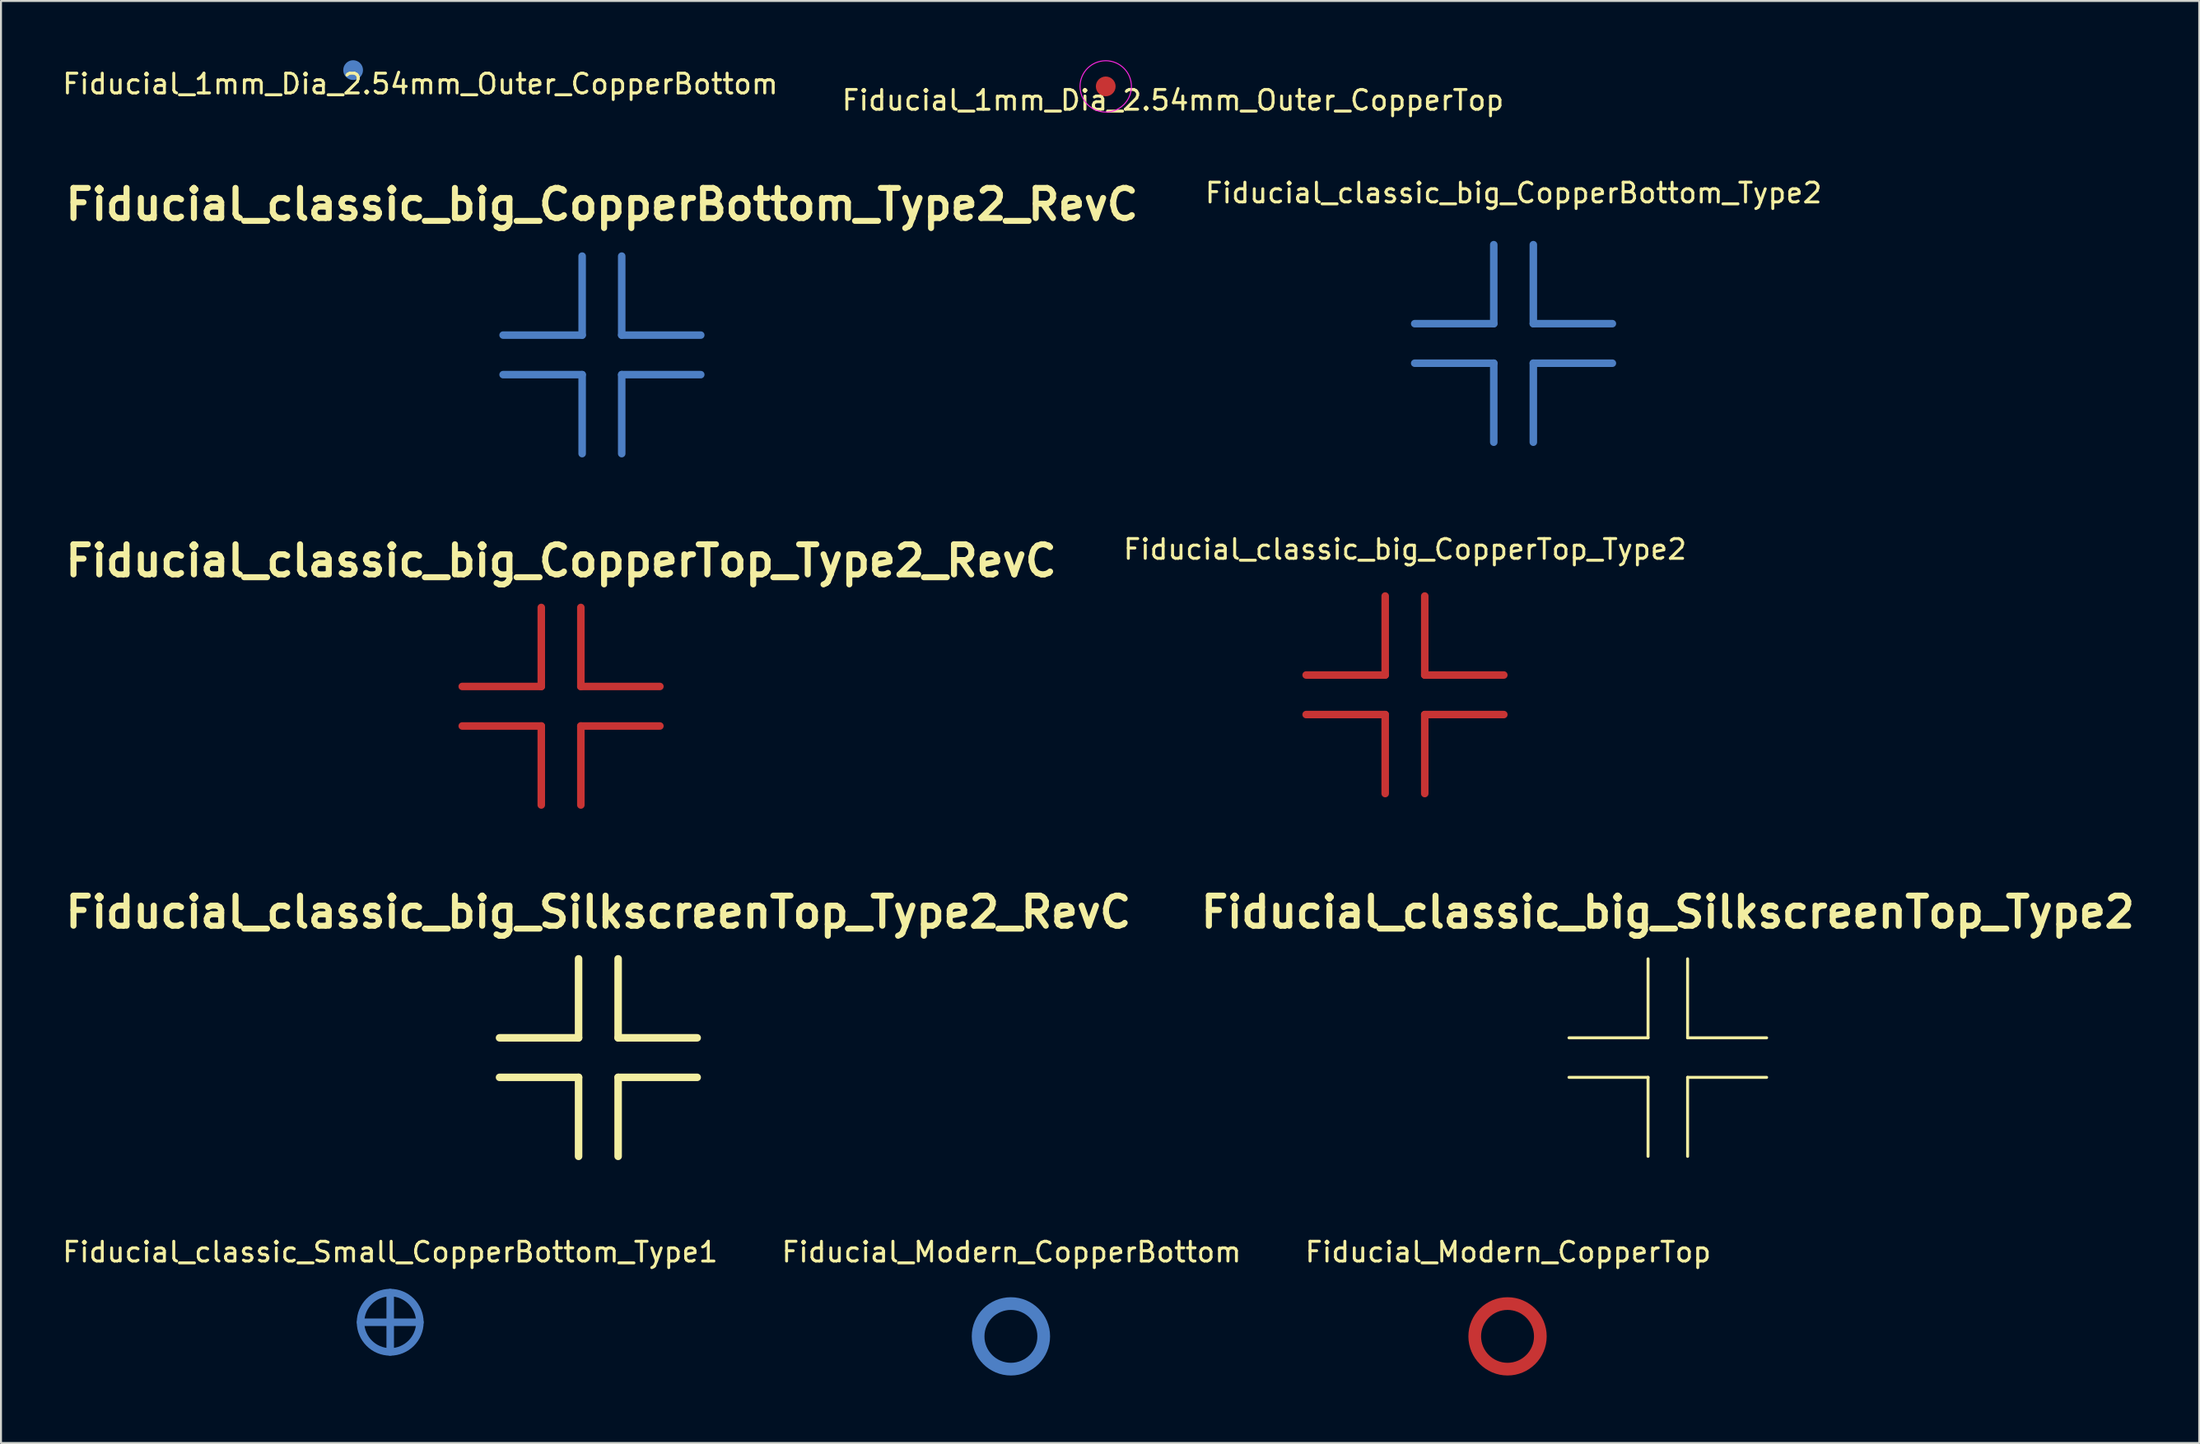
<source format=kicad_pcb>
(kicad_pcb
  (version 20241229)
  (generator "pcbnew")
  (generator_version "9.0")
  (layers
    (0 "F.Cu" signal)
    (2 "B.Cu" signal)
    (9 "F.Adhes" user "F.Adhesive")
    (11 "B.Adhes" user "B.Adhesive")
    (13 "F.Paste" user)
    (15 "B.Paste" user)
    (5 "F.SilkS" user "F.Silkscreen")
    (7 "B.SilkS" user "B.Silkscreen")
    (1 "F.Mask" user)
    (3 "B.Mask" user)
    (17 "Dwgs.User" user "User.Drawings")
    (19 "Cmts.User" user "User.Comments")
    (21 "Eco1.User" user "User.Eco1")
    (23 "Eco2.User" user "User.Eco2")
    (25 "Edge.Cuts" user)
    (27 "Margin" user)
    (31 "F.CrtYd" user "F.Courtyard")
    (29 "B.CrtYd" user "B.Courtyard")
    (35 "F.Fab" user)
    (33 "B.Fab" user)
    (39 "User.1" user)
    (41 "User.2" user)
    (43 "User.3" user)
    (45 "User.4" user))
  (footprint "Fiducial_classic_big_CopperBottom_Type2"
    (layer "F.Cu")
    (at 73.541 14.341)
    (property "Reference" "Fiducial_classic_big_CopperBottom_Type2" (at 0 -7.62 0) (layer "F.SilkS") (effects (font (size 1 1) (thickness 0.15))))
    (attr through_hole)
    (fp_line (start -1.001 -1.001) (end -5.001 -1.001) (stroke (width 0.381) (type solid)) (layer "B.Cu"))
    (fp_line (start -1.001 -1.001) (end -1.001 -5.001) (stroke (width 0.381) (type solid)) (layer "B.Cu"))
    (fp_line (start -1.001 1.001) (end -5.001 1.001) (stroke (width 0.381) (type solid)) (layer "B.Cu"))
    (fp_line (start -1.001 1.001) (end -1.001 5.001) (stroke (width 0.381) (type solid)) (layer "B.Cu"))
    (fp_line (start 1.001 -1.001) (end 1.001 -5.001) (stroke (width 0.381) (type solid)) (layer "B.Cu"))
    (fp_line (start 1.001 -1.001) (end 5.001 -1.001) (stroke (width 0.381) (type solid)) (layer "B.Cu"))
    (fp_line (start 1.001 1.001) (end 1.001 5.001) (stroke (width 0.381) (type solid)) (layer "B.Cu"))
    (fp_line (start 1.001 1.001) (end 5.001 1.001) (stroke (width 0.381) (type solid)) (layer "B.Cu"))
    (pad "" smd rect (at 0 0) (size 11.999 11.999) (layers "B.Mask")))
  (footprint "Fiducial_classic_big_CopperBottom_Type2_RevC"
    (layer "F.Cu")
    (at 27.41 14.92)
    (property "Reference" "Fiducial_classic_big_CopperBottom_Type2_RevC" (at 0 -7.62 0) (layer "F.SilkS") (effects (font (size 1.524 1.524) (thickness 0.305))))
    (attr through_hole)
    (fp_line (start -1.001 -1.001) (end -5.001 -1.001) (stroke (width 0.381) (type solid)) (layer "B.Cu"))
    (fp_line (start -1.001 -1.001) (end -1.001 -5.001) (stroke (width 0.381) (type solid)) (layer "B.Cu"))
    (fp_line (start -1.001 1.001) (end -5.001 1.001) (stroke (width 0.381) (type solid)) (layer "B.Cu"))
    (fp_line (start -1.001 1.001) (end -1.001 5.001) (stroke (width 0.381) (type solid)) (layer "B.Cu"))
    (fp_line (start 1.001 -1.001) (end 1.001 -5.001) (stroke (width 0.381) (type solid)) (layer "B.Cu"))
    (fp_line (start 1.001 -1.001) (end 5.001 -1.001) (stroke (width 0.381) (type solid)) (layer "B.Cu"))
    (fp_line (start 1.001 1.001) (end 1.001 5.001) (stroke (width 0.381) (type solid)) (layer "B.Cu"))
    (fp_line (start 1.001 1.001) (end 5.001 1.001) (stroke (width 0.381) (type solid)) (layer "B.Cu"))
    (pad "" smd rect (at 0 0) (size 11.999 11.999) (layers "B.Mask")))
  (footprint "Fiducial_classic_big_CopperTop_Type2"
    (layer "F.Cu")
    (at 68.047 32.133)
    (property "Reference" "Fiducial_classic_big_CopperTop_Type2" (at 0 -7.366 0) (layer "F.SilkS") (effects (font (size 1 1) (thickness 0.15))))
    (attr through_hole)
    (fp_line (start -1.001 -1.001) (end -5.001 -1.001) (stroke (width 0.381) (type solid)) (layer "F.Cu"))
    (fp_line (start -1.001 -1.001) (end -1.001 -5.001) (stroke (width 0.381) (type solid)) (layer "F.Cu"))
    (fp_line (start -1.001 1.001) (end -5.001 1.001) (stroke (width 0.381) (type solid)) (layer "F.Cu"))
    (fp_line (start -1.001 1.001) (end -1.001 5.001) (stroke (width 0.381) (type solid)) (layer "F.Cu"))
    (fp_line (start 1.001 -1.001) (end 1.001 -5.001) (stroke (width 0.381) (type solid)) (layer "F.Cu"))
    (fp_line (start 1.001 -1.001) (end 5.001 -1.001) (stroke (width 0.381) (type solid)) (layer "F.Cu"))
    (fp_line (start 1.001 1.001) (end 1.001 5.001) (stroke (width 0.381) (type solid)) (layer "F.Cu"))
    (fp_line (start 1.001 1.001) (end 5.001 1.001) (stroke (width 0.381) (type solid)) (layer "F.Cu"))
    (pad "" smd rect (at 0 0) (size 11.999 11.999) (layers "F.Mask")))
  (footprint "Fiducial_classic_big_CopperTop_Type2_RevC"
    (layer "F.Cu")
    (at 25.342 32.712)
    (property "Reference" "Fiducial_classic_big_CopperTop_Type2_RevC" (at 0 -7.366 0) (layer "F.SilkS") (effects (font (size 1.524 1.524) (thickness 0.305))))
    (attr through_hole)
    (fp_line (start -1.001 -1.001) (end -5.001 -1.001) (stroke (width 0.381) (type solid)) (layer "F.Cu"))
    (fp_line (start -1.001 -1.001) (end -1.001 -5.001) (stroke (width 0.381) (type solid)) (layer "F.Cu"))
    (fp_line (start -1.001 1.001) (end -5.001 1.001) (stroke (width 0.381) (type solid)) (layer "F.Cu"))
    (fp_line (start -1.001 1.001) (end -1.001 5.001) (stroke (width 0.381) (type solid)) (layer "F.Cu"))
    (fp_line (start 1.001 -1.001) (end 1.001 -5.001) (stroke (width 0.381) (type solid)) (layer "F.Cu"))
    (fp_line (start 1.001 -1.001) (end 5.001 -1.001) (stroke (width 0.381) (type solid)) (layer "F.Cu"))
    (fp_line (start 1.001 1.001) (end 1.001 5.001) (stroke (width 0.381) (type solid)) (layer "F.Cu"))
    (fp_line (start 1.001 1.001) (end 5.001 1.001) (stroke (width 0.381) (type solid)) (layer "F.Cu"))
    (pad "" smd rect (at 0 0) (size 11.999 11.999) (layers "F.Mask")))
  (footprint "Fiducial_classic_big_SilkscreenTop_Type2"
    (layer "F.Cu")
    (at 81.348 50.504)
    (property "Reference" "Fiducial_classic_big_SilkscreenTop_Type2" (at 0 -7.366 0) (layer "F.SilkS") (effects (font (size 1.524 1.524) (thickness 0.305))))
    (attr through_hole)
    (fp_line (start -1.001 -1.001) (end -5.001 -1.001) (stroke (width 0.15) (type solid)) (layer "F.SilkS"))
    (fp_line (start -1.001 -1.001) (end -1.001 -5.001) (stroke (width 0.15) (type solid)) (layer "F.SilkS"))
    (fp_line (start -1.001 1.001) (end -5.001 1.001) (stroke (width 0.15) (type solid)) (layer "F.SilkS"))
    (fp_line (start -1.001 1.001) (end -1.001 5.001) (stroke (width 0.15) (type solid)) (layer "F.SilkS"))
    (fp_line (start 1.001 -1.001) (end 1.001 -5.001) (stroke (width 0.15) (type solid)) (layer "F.SilkS"))
    (fp_line (start 1.001 -1.001) (end 5.001 -1.001) (stroke (width 0.15) (type solid)) (layer "F.SilkS"))
    (fp_line (start 1.001 1.001) (end 1.001 5.001) (stroke (width 0.15) (type solid)) (layer "F.SilkS"))
    (fp_line (start 1.001 1.001) (end 5.001 1.001) (stroke (width 0.15) (type solid)) (layer "F.SilkS"))
    (pad "" smd rect (at 0 0) (size 11.999 11.999) (layers "F.Mask")))
  (footprint "Fiducial_classic_big_SilkscreenTop_Type2_RevC"
    (layer "F.Cu")
    (at 27.229 50.504)
    (property "Reference" "Fiducial_classic_big_SilkscreenTop_Type2_RevC" (at 0 -7.366 0) (layer "F.SilkS") (effects (font (size 1.524 1.524) (thickness 0.305))))
    (attr through_hole)
    (fp_line (start -1.001 -1.001) (end -5.001 -1.001) (stroke (width 0.381) (type solid)) (layer "F.SilkS"))
    (fp_line (start -1.001 -1.001) (end -1.001 -5.001) (stroke (width 0.381) (type solid)) (layer "F.SilkS"))
    (fp_line (start -1.001 1.001) (end -5.001 1.001) (stroke (width 0.381) (type solid)) (layer "F.SilkS"))
    (fp_line (start -1.001 1.001) (end -1.001 5.001) (stroke (width 0.381) (type solid)) (layer "F.SilkS"))
    (fp_line (start 1.001 -1.001) (end 1.001 -5.001) (stroke (width 0.381) (type solid)) (layer "F.SilkS"))
    (fp_line (start 1.001 -1.001) (end 5.001 -1.001) (stroke (width 0.381) (type solid)) (layer "F.SilkS"))
    (fp_line (start 1.001 1.001) (end 1.001 5.001) (stroke (width 0.381) (type solid)) (layer "F.SilkS"))
    (fp_line (start 1.001 1.001) (end 5.001 1.001) (stroke (width 0.381) (type solid)) (layer "F.SilkS"))
    (pad "" smd rect (at 0 0) (size 11.999 11.999) (layers "F.Mask")))
  (footprint "Fiducial_1mm_Dia_2.54mm_Outer_CopperTop"
    (layer "F.Cu")
    (at 52.904 1.325)
    (property "Reference" "Fiducial_1mm_Dia_2.54mm_Outer_CopperTop" (at 3.4 0.7 0) (layer "F.SilkS") (effects (font (size 1 1) (thickness 0.15))))
    (attr exclude_from_pos_files exclude_from_bom)
    (fp_circle (center 0 0) (end 1.3 0) (stroke (width 0.05) (type solid)) (fill no) (layer "F.CrtYd"))
    (pad "~" smd circle (at 0 0) (size 1 1) (layers "F.Cu" "F.Mask")))
  (footprint "Fiducial_Modern_CopperBottom"
    (layer "F.Cu")
    (at 48.106 64.621)
    (property "Reference" "Fiducial_Modern_CopperBottom" (at 0.03 -4.27 0) (layer "F.SilkS") (effects (font (size 1 1) (thickness 0.15))))
    (attr through_hole)
    (fp_circle (center 0 0) (end 1.529 0) (stroke (width 0.381) (type solid)) (fill no) (layer "B.Cu"))
    (fp_circle (center 0 0) (end 1.791 0) (stroke (width 0.381) (type solid)) (fill no) (layer "B.Cu"))
    (pad "" smd circle (at 0 0) (size 4.801 4.801) (layers "B.Mask")))
  (footprint "Fiducial_Modern_CopperTop"
    (layer "F.Cu")
    (at 73.237 64.621)
    (property "Reference" "Fiducial_Modern_CopperTop" (at 0.03 -4.27 0) (layer "F.SilkS") (effects (font (size 1 1) (thickness 0.15))))
    (attr through_hole)
    (fp_circle (center 0 0) (end 1.529 0) (stroke (width 0.381) (type solid)) (fill no) (layer "F.Cu"))
    (fp_circle (center 0 0) (end 1.791 0) (stroke (width 0.381) (type solid)) (fill no) (layer "F.Cu"))
    (pad "" smd circle (at 0 0) (size 4.801 4.801) (layers "F.Mask")))
  (footprint "Fiducial_1mm_Dia_2.54mm_Outer_CopperBottom"
    (layer "F.Cu")
    (at 14.82 0.5)
    (property "Reference" "Fiducial_1mm_Dia_2.54mm_Outer_CopperBottom" (at 3.4 0.7 0) (layer "F.SilkS") (effects (font (size 1 1) (thickness 0.15))))
    (attr through_hole)
    (pad "~" smd circle (at 0 0) (size 1 1) (layers "B.Cu" "B.Mask")))
  (footprint "Fiducial_classic_Small_CopperBottom_Type1"
    (layer "F.Cu")
    (at 16.696 63.907)
    (property "Reference" "Fiducial_classic_Small_CopperBottom_Type1" (at 0 -3.556 0) (layer "F.SilkS") (effects (font (size 1 1) (thickness 0.15))))
    (attr through_hole)
    (fp_line (start -1.501 0) (end 1.501 0) (stroke (width 0.381) (type solid)) (layer "B.Cu"))
    (fp_line (start 0 -1.501) (end 0 1.501) (stroke (width 0.381) (type solid)) (layer "B.Cu"))
    (fp_circle (center 0 0) (end 1.501 0) (stroke (width 0.381) (type solid)) (fill no) (layer "B.Cu"))
    (pad "" smd circle (at 0 0) (size 4.501 4.501) (layers "B.Mask")))
  (gr_rect
    (start -3 -3)
    (end 108.239 70.021)
    (stroke (width 0.1) (type default))
    (fill no)
    (layer "Edge.Cuts")))
</source>
